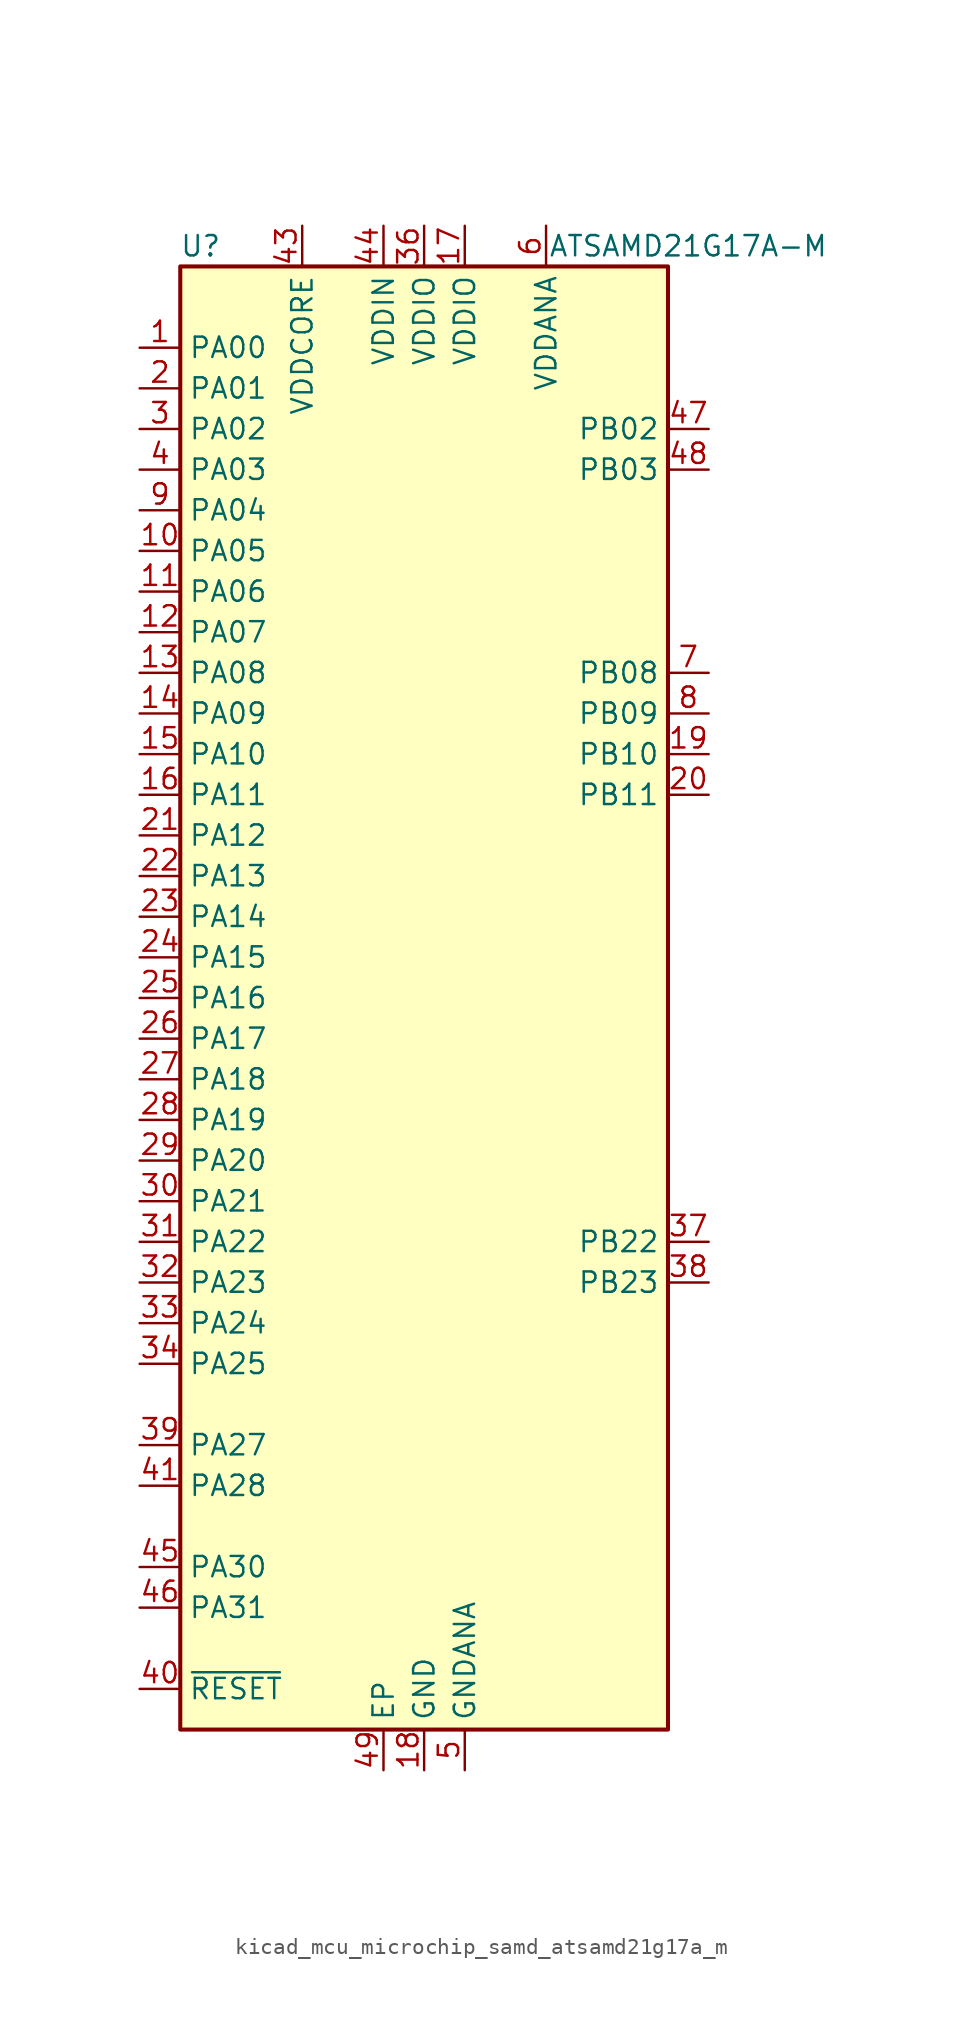
<source format=kicad_sym>
(kicad_symbol_lib
  (version 20220914)
  (generator kicad_symbol_editor)
  (symbol "kicad_mcu_microchip_samd_atsamd21g17a_m"
    (property "Reference" "U"
      (at -13.97 46.99 0)
      (effects (font (size 1.27 1.27))))
    (property "Value" "ATSAMD21G17A-M"
      (at 16.51 46.99 0)
      (effects (font (size 1.27 1.27))))
    (symbol "kicad_mcu_microchip_samd_atsamd21g17a_m_0_1"
      (rectangle (start -15.24 45.72) (end 15.24 -45.72) (stroke (width 0.254) (type default)) (fill (type background))))
    (symbol "kicad_mcu_microchip_samd_atsamd21g17a_m_1_1"
      (pin bidirectional line (at -17.78 40.64 0) (length 2.54) (name "PA00" (effects (font (size 1.27 1.27)))) (number "1" (effects (font (size 1.27 1.27)))))
      (pin bidirectional line (at -17.78 27.94 0) (length 2.54) (name "PA05" (effects (font (size 1.27 1.27)))) (number "10" (effects (font (size 1.27 1.27)))))
      (pin bidirectional line (at -17.78 25.4 0) (length 2.54) (name "PA06" (effects (font (size 1.27 1.27)))) (number "11" (effects (font (size 1.27 1.27)))))
      (pin bidirectional line (at -17.78 22.86 0) (length 2.54) (name "PA07" (effects (font (size 1.27 1.27)))) (number "12" (effects (font (size 1.27 1.27)))))
      (pin bidirectional line (at -17.78 20.32 0) (length 2.54) (name "PA08" (effects (font (size 1.27 1.27)))) (number "13" (effects (font (size 1.27 1.27)))))
      (pin bidirectional line (at -17.78 17.78 0) (length 2.54) (name "PA09" (effects (font (size 1.27 1.27)))) (number "14" (effects (font (size 1.27 1.27)))))
      (pin bidirectional line (at -17.78 15.24 0) (length 2.54) (name "PA10" (effects (font (size 1.27 1.27)))) (number "15" (effects (font (size 1.27 1.27)))))
      (pin bidirectional line (at -17.78 12.7 0) (length 2.54) (name "PA11" (effects (font (size 1.27 1.27)))) (number "16" (effects (font (size 1.27 1.27)))))
      (pin power_in line (at 2.54 48.26 270) (length 2.54) (name "VDDIO" (effects (font (size 1.27 1.27)))) (number "17" (effects (font (size 1.27 1.27)))))
      (pin power_in line (at 0 -48.26 90) (length 2.54) (name "GND" (effects (font (size 1.27 1.27)))) (number "18" (effects (font (size 1.27 1.27)))))
      (pin bidirectional line (at 17.78 15.24 180) (length 2.54) (name "PB10" (effects (font (size 1.27 1.27)))) (number "19" (effects (font (size 1.27 1.27)))))
      (pin bidirectional line (at -17.78 38.1 0) (length 2.54) (name "PA01" (effects (font (size 1.27 1.27)))) (number "2" (effects (font (size 1.27 1.27)))))
      (pin bidirectional line (at 17.78 12.7 180) (length 2.54) (name "PB11" (effects (font (size 1.27 1.27)))) (number "20" (effects (font (size 1.27 1.27)))))
      (pin bidirectional line (at -17.78 10.16 0) (length 2.54) (name "PA12" (effects (font (size 1.27 1.27)))) (number "21" (effects (font (size 1.27 1.27)))))
      (pin bidirectional line (at -17.78 7.62 0) (length 2.54) (name "PA13" (effects (font (size 1.27 1.27)))) (number "22" (effects (font (size 1.27 1.27)))))
      (pin bidirectional line (at -17.78 5.08 0) (length 2.54) (name "PA14" (effects (font (size 1.27 1.27)))) (number "23" (effects (font (size 1.27 1.27)))))
      (pin bidirectional line (at -17.78 2.54 0) (length 2.54) (name "PA15" (effects (font (size 1.27 1.27)))) (number "24" (effects (font (size 1.27 1.27)))))
      (pin bidirectional line (at -17.78 0 0) (length 2.54) (name "PA16" (effects (font (size 1.27 1.27)))) (number "25" (effects (font (size 1.27 1.27)))))
      (pin bidirectional line (at -17.78 -2.54 0) (length 2.54) (name "PA17" (effects (font (size 1.27 1.27)))) (number "26" (effects (font (size 1.27 1.27)))))
      (pin bidirectional line (at -17.78 -5.08 0) (length 2.54) (name "PA18" (effects (font (size 1.27 1.27)))) (number "27" (effects (font (size 1.27 1.27)))))
      (pin bidirectional line (at -17.78 -7.62 0) (length 2.54) (name "PA19" (effects (font (size 1.27 1.27)))) (number "28" (effects (font (size 1.27 1.27)))))
      (pin bidirectional line (at -17.78 -10.16 0) (length 2.54) (name "PA20" (effects (font (size 1.27 1.27)))) (number "29" (effects (font (size 1.27 1.27)))))
      (pin bidirectional line (at -17.78 35.56 0) (length 2.54) (name "PA02" (effects (font (size 1.27 1.27)))) (number "3" (effects (font (size 1.27 1.27)))))
      (pin bidirectional line (at -17.78 -12.7 0) (length 2.54) (name "PA21" (effects (font (size 1.27 1.27)))) (number "30" (effects (font (size 1.27 1.27)))))
      (pin bidirectional line (at -17.78 -15.24 0) (length 2.54) (name "PA22" (effects (font (size 1.27 1.27)))) (number "31" (effects (font (size 1.27 1.27)))))
      (pin bidirectional line (at -17.78 -17.78 0) (length 2.54) (name "PA23" (effects (font (size 1.27 1.27)))) (number "32" (effects (font (size 1.27 1.27)))))
      (pin bidirectional line (at -17.78 -20.32 0) (length 2.54) (name "PA24" (effects (font (size 1.27 1.27)))) (number "33" (effects (font (size 1.27 1.27)))))
      (pin bidirectional line (at -17.78 -22.86 0) (length 2.54) (name "PA25" (effects (font (size 1.27 1.27)))) (number "34" (effects (font (size 1.27 1.27)))))
      (pin passive line (at 0 -48.26 90) (length 2.54) hide (name "GND" (effects (font (size 1.27 1.27)))) (number "35" (effects (font (size 1.27 1.27)))))
      (pin power_in line (at 0 48.26 270) (length 2.54) (name "VDDIO" (effects (font (size 1.27 1.27)))) (number "36" (effects (font (size 1.27 1.27)))))
      (pin bidirectional line (at 17.78 -15.24 180) (length 2.54) (name "PB22" (effects (font (size 1.27 1.27)))) (number "37" (effects (font (size 1.27 1.27)))))
      (pin bidirectional line (at 17.78 -17.78 180) (length 2.54) (name "PB23" (effects (font (size 1.27 1.27)))) (number "38" (effects (font (size 1.27 1.27)))))
      (pin bidirectional line (at -17.78 -27.94 0) (length 2.54) (name "PA27" (effects (font (size 1.27 1.27)))) (number "39" (effects (font (size 1.27 1.27)))))
      (pin bidirectional line (at -17.78 33.02 0) (length 2.54) (name "PA03" (effects (font (size 1.27 1.27)))) (number "4" (effects (font (size 1.27 1.27)))))
      (pin input line (at -17.78 -43.18 0) (length 2.54) (name "~{RESET}" (effects (font (size 1.27 1.27)))) (number "40" (effects (font (size 1.27 1.27)))))
      (pin bidirectional line (at -17.78 -30.48 0) (length 2.54) (name "PA28" (effects (font (size 1.27 1.27)))) (number "41" (effects (font (size 1.27 1.27)))))
      (pin passive line (at 0 -48.26 90) (length 2.54) hide (name "GND" (effects (font (size 1.27 1.27)))) (number "42" (effects (font (size 1.27 1.27)))))
      (pin power_out line (at -7.62 48.26 270) (length 2.54) (name "VDDCORE" (effects (font (size 1.27 1.27)))) (number "43" (effects (font (size 1.27 1.27)))))
      (pin power_in line (at -2.54 48.26 270) (length 2.54) (name "VDDIN" (effects (font (size 1.27 1.27)))) (number "44" (effects (font (size 1.27 1.27)))))
      (pin bidirectional line (at -17.78 -35.56 0) (length 2.54) (name "PA30" (effects (font (size 1.27 1.27)))) (number "45" (effects (font (size 1.27 1.27)))))
      (pin bidirectional line (at -17.78 -38.1 0) (length 2.54) (name "PA31" (effects (font (size 1.27 1.27)))) (number "46" (effects (font (size 1.27 1.27)))))
      (pin bidirectional line (at 17.78 35.56 180) (length 2.54) (name "PB02" (effects (font (size 1.27 1.27)))) (number "47" (effects (font (size 1.27 1.27)))))
      (pin bidirectional line (at 17.78 33.02 180) (length 2.54) (name "PB03" (effects (font (size 1.27 1.27)))) (number "48" (effects (font (size 1.27 1.27)))))
      (pin passive line (at -2.54 -48.26 90) (length 2.54) (name "EP" (effects (font (size 1.27 1.27)))) (number "49" (effects (font (size 1.27 1.27)))))
      (pin power_in line (at 2.54 -48.26 90) (length 2.54) (name "GNDANA" (effects (font (size 1.27 1.27)))) (number "5" (effects (font (size 1.27 1.27)))))
      (pin power_in line (at 7.62 48.26 270) (length 2.54) (name "VDDANA" (effects (font (size 1.27 1.27)))) (number "6" (effects (font (size 1.27 1.27)))))
      (pin bidirectional line (at 17.78 20.32 180) (length 2.54) (name "PB08" (effects (font (size 1.27 1.27)))) (number "7" (effects (font (size 1.27 1.27)))))
      (pin bidirectional line (at 17.78 17.78 180) (length 2.54) (name "PB09" (effects (font (size 1.27 1.27)))) (number "8" (effects (font (size 1.27 1.27)))))
      (pin bidirectional line (at -17.78 30.48 0) (length 2.54) (name "PA04" (effects (font (size 1.27 1.27)))) (number "9" (effects (font (size 1.27 1.27))))))))
</source>
